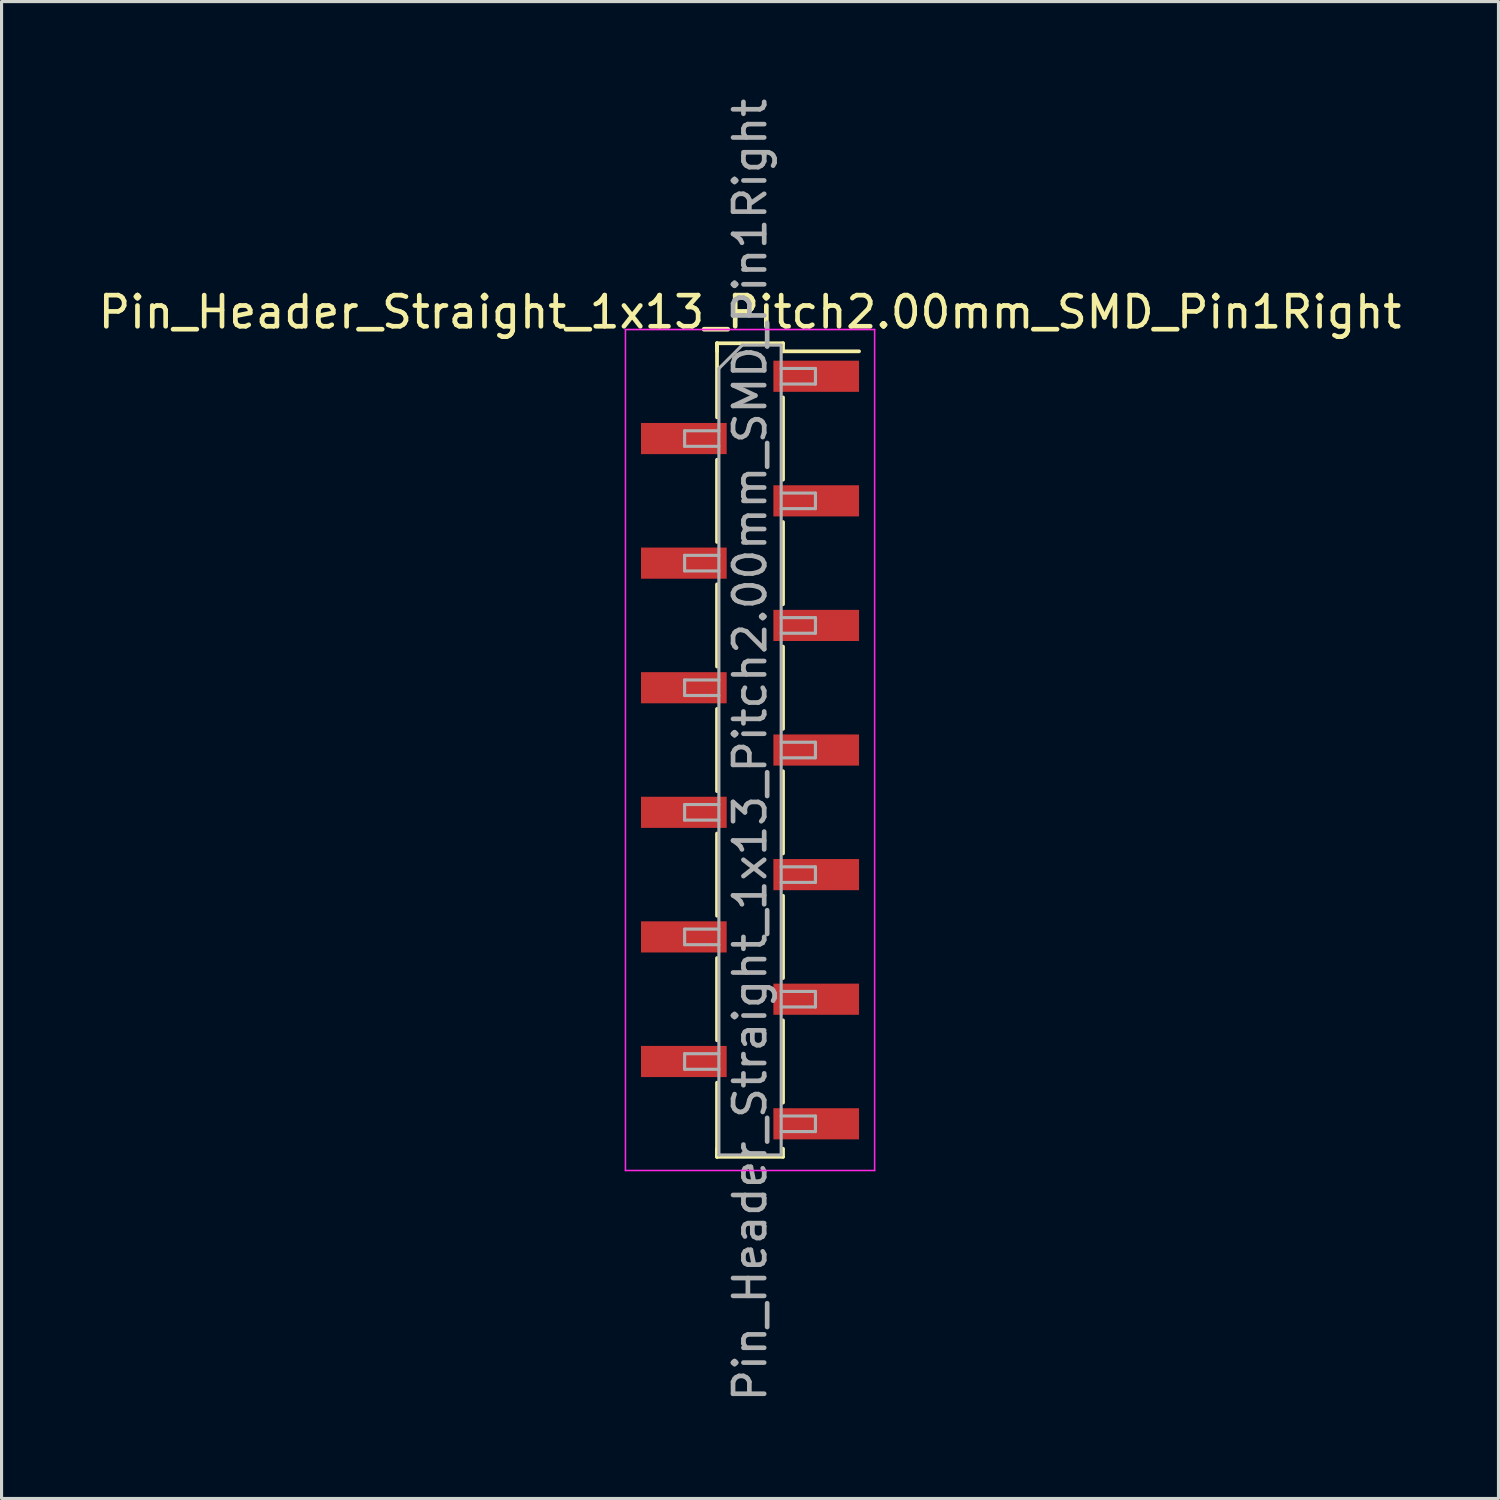
<source format=kicad_pcb>
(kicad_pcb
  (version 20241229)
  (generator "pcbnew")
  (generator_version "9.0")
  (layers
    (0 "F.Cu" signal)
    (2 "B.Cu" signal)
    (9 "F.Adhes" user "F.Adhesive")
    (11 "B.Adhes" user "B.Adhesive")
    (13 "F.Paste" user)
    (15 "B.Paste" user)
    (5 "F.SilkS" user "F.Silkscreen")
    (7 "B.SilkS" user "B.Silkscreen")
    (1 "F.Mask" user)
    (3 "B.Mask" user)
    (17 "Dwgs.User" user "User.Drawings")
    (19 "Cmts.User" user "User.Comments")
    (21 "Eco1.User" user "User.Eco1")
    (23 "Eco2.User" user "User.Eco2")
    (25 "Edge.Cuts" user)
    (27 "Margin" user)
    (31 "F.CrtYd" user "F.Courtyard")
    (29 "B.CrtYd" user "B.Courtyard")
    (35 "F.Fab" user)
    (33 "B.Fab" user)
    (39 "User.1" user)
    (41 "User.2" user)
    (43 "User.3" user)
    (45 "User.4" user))
  (footprint "Pin_Header_Straight_1x13_Pitch2.00mm_SMD_Pin1Right"
    (layer "F.Cu")
    (at 21.03 21.03)
    (property "Reference" "Pin_Header_Straight_1x13_Pitch2.00mm_SMD_Pin1Right" (at 0 -14.06 0) (layer "F.SilkS") (effects (font (size 1 1) (thickness 0.15))))
    (attr smd)
    (fp_line (start -1.06 -13.06) (end -1.06 -10.68) (stroke (width 0.12) (type solid)) (layer "F.SilkS"))
    (fp_line (start -1.06 -13.06) (end 1.06 -13.06) (stroke (width 0.12) (type solid)) (layer "F.SilkS"))
    (fp_line (start -1.06 -12.8) (end -1.06 -13.06) (stroke (width 0.12) (type solid)) (layer "F.SilkS"))
    (fp_line (start -1.06 -9.32) (end -1.06 -6.68) (stroke (width 0.12) (type solid)) (layer "F.SilkS"))
    (fp_line (start -1.06 -5.32) (end -1.06 -2.68) (stroke (width 0.12) (type solid)) (layer "F.SilkS"))
    (fp_line (start -1.06 -1.32) (end -1.06 1.32) (stroke (width 0.12) (type solid)) (layer "F.SilkS"))
    (fp_line (start -1.06 2.68) (end -1.06 5.32) (stroke (width 0.12) (type solid)) (layer "F.SilkS"))
    (fp_line (start -1.06 6.68) (end -1.06 9.32) (stroke (width 0.12) (type solid)) (layer "F.SilkS"))
    (fp_line (start -1.06 10.68) (end -1.06 13.06) (stroke (width 0.12) (type solid)) (layer "F.SilkS"))
    (fp_line (start -1.06 12.8) (end -1.06 13.06) (stroke (width 0.12) (type solid)) (layer "F.SilkS"))
    (fp_line (start -1.06 13.06) (end 1.06 13.06) (stroke (width 0.12) (type solid)) (layer "F.SilkS"))
    (fp_line (start 1.06 -13.06) (end 1.06 -12.8) (stroke (width 0.12) (type solid)) (layer "F.SilkS"))
    (fp_line (start 1.06 -12.8) (end 3.5 -12.8) (stroke (width 0.12) (type solid)) (layer "F.SilkS"))
    (fp_line (start 1.06 -11.32) (end 1.06 -8.68) (stroke (width 0.12) (type solid)) (layer "F.SilkS"))
    (fp_line (start 1.06 -7.32) (end 1.06 -4.68) (stroke (width 0.12) (type solid)) (layer "F.SilkS"))
    (fp_line (start 1.06 -3.32) (end 1.06 -0.68) (stroke (width 0.12) (type solid)) (layer "F.SilkS"))
    (fp_line (start 1.06 0.68) (end 1.06 3.32) (stroke (width 0.12) (type solid)) (layer "F.SilkS"))
    (fp_line (start 1.06 4.68) (end 1.06 7.32) (stroke (width 0.12) (type solid)) (layer "F.SilkS"))
    (fp_line (start 1.06 8.68) (end 1.06 11.32) (stroke (width 0.12) (type solid)) (layer "F.SilkS"))
    (fp_line (start 1.06 13.06) (end 1.06 12.8) (stroke (width 0.12) (type solid)) (layer "F.SilkS"))
    (fp_line (start -4 -13.5) (end -4 13.5) (stroke (width 0.05) (type solid)) (layer "F.CrtYd"))
    (fp_line (start -4 13.5) (end 4 13.5) (stroke (width 0.05) (type solid)) (layer "F.CrtYd"))
    (fp_line (start 4 -13.5) (end -4 -13.5) (stroke (width 0.05) (type solid)) (layer "F.CrtYd"))
    (fp_line (start 4 13.5) (end 4 -13.5) (stroke (width 0.05) (type solid)) (layer "F.CrtYd"))
    (fp_line (start -2.1 -10.25) (end -2.1 -9.75) (stroke (width 0.1) (type solid)) (layer "F.Fab"))
    (fp_line (start -2.1 -9.75) (end -1 -9.75) (stroke (width 0.1) (type solid)) (layer "F.Fab"))
    (fp_line (start -2.1 -6.25) (end -2.1 -5.75) (stroke (width 0.1) (type solid)) (layer "F.Fab"))
    (fp_line (start -2.1 -5.75) (end -1 -5.75) (stroke (width 0.1) (type solid)) (layer "F.Fab"))
    (fp_line (start -2.1 -2.25) (end -2.1 -1.75) (stroke (width 0.1) (type solid)) (layer "F.Fab"))
    (fp_line (start -2.1 -1.75) (end -1 -1.75) (stroke (width 0.1) (type solid)) (layer "F.Fab"))
    (fp_line (start -2.1 1.75) (end -2.1 2.25) (stroke (width 0.1) (type solid)) (layer "F.Fab"))
    (fp_line (start -2.1 2.25) (end -1 2.25) (stroke (width 0.1) (type solid)) (layer "F.Fab"))
    (fp_line (start -2.1 5.75) (end -2.1 6.25) (stroke (width 0.1) (type solid)) (layer "F.Fab"))
    (fp_line (start -2.1 6.25) (end -1 6.25) (stroke (width 0.1) (type solid)) (layer "F.Fab"))
    (fp_line (start -2.1 9.75) (end -2.1 10.25) (stroke (width 0.1) (type solid)) (layer "F.Fab"))
    (fp_line (start -2.1 10.25) (end -1 10.25) (stroke (width 0.1) (type solid)) (layer "F.Fab"))
    (fp_line (start -1 -12.25) (end -0.25 -13) (stroke (width 0.1) (type solid)) (layer "F.Fab"))
    (fp_line (start -1 -10.25) (end -2.1 -10.25) (stroke (width 0.1) (type solid)) (layer "F.Fab"))
    (fp_line (start -1 -6.25) (end -2.1 -6.25) (stroke (width 0.1) (type solid)) (layer "F.Fab"))
    (fp_line (start -1 -2.25) (end -2.1 -2.25) (stroke (width 0.1) (type solid)) (layer "F.Fab"))
    (fp_line (start -1 1.75) (end -2.1 1.75) (stroke (width 0.1) (type solid)) (layer "F.Fab"))
    (fp_line (start -1 5.75) (end -2.1 5.75) (stroke (width 0.1) (type solid)) (layer "F.Fab"))
    (fp_line (start -1 9.75) (end -2.1 9.75) (stroke (width 0.1) (type solid)) (layer "F.Fab"))
    (fp_line (start -1 13) (end -1 -12.25) (stroke (width 0.1) (type solid)) (layer "F.Fab"))
    (fp_line (start -0.25 -13) (end 1 -13) (stroke (width 0.1) (type solid)) (layer "F.Fab"))
    (fp_line (start 1 -13) (end 1 13) (stroke (width 0.1) (type solid)) (layer "F.Fab"))
    (fp_line (start 1 -12.25) (end 2.1 -12.25) (stroke (width 0.1) (type solid)) (layer "F.Fab"))
    (fp_line (start 1 -8.25) (end 2.1 -8.25) (stroke (width 0.1) (type solid)) (layer "F.Fab"))
    (fp_line (start 1 -4.25) (end 2.1 -4.25) (stroke (width 0.1) (type solid)) (layer "F.Fab"))
    (fp_line (start 1 -0.25) (end 2.1 -0.25) (stroke (width 0.1) (type solid)) (layer "F.Fab"))
    (fp_line (start 1 3.75) (end 2.1 3.75) (stroke (width 0.1) (type solid)) (layer "F.Fab"))
    (fp_line (start 1 7.75) (end 2.1 7.75) (stroke (width 0.1) (type solid)) (layer "F.Fab"))
    (fp_line (start 1 11.75) (end 2.1 11.75) (stroke (width 0.1) (type solid)) (layer "F.Fab"))
    (fp_line (start 1 13) (end -1 13) (stroke (width 0.1) (type solid)) (layer "F.Fab"))
    (fp_line (start 2.1 -12.25) (end 2.1 -11.75) (stroke (width 0.1) (type solid)) (layer "F.Fab"))
    (fp_line (start 2.1 -11.75) (end 1 -11.75) (stroke (width 0.1) (type solid)) (layer "F.Fab"))
    (fp_line (start 2.1 -8.25) (end 2.1 -7.75) (stroke (width 0.1) (type solid)) (layer "F.Fab"))
    (fp_line (start 2.1 -7.75) (end 1 -7.75) (stroke (width 0.1) (type solid)) (layer "F.Fab"))
    (fp_line (start 2.1 -4.25) (end 2.1 -3.75) (stroke (width 0.1) (type solid)) (layer "F.Fab"))
    (fp_line (start 2.1 -3.75) (end 1 -3.75) (stroke (width 0.1) (type solid)) (layer "F.Fab"))
    (fp_line (start 2.1 -0.25) (end 2.1 0.25) (stroke (width 0.1) (type solid)) (layer "F.Fab"))
    (fp_line (start 2.1 0.25) (end 1 0.25) (stroke (width 0.1) (type solid)) (layer "F.Fab"))
    (fp_line (start 2.1 3.75) (end 2.1 4.25) (stroke (width 0.1) (type solid)) (layer "F.Fab"))
    (fp_line (start 2.1 4.25) (end 1 4.25) (stroke (width 0.1) (type solid)) (layer "F.Fab"))
    (fp_line (start 2.1 7.75) (end 2.1 8.25) (stroke (width 0.1) (type solid)) (layer "F.Fab"))
    (fp_line (start 2.1 8.25) (end 1 8.25) (stroke (width 0.1) (type solid)) (layer "F.Fab"))
    (fp_line (start 2.1 11.75) (end 2.1 12.25) (stroke (width 0.1) (type solid)) (layer "F.Fab"))
    (fp_line (start 2.1 12.25) (end 1 12.25) (stroke (width 0.1) (type solid)) (layer "F.Fab"))
    (fp_text user "${REFERENCE}" (at 0 0 90) (layer "F.Fab") (effects (font (size 1 1) (thickness 0.15))))
    (pad "1" smd rect (at 2.125 -12) (size 2.75 1) (layers "F.Cu" "F.Mask" "F.Paste"))
    (pad "2" smd rect (at -2.125 -10) (size 2.75 1) (layers "F.Cu" "F.Mask" "F.Paste"))
    (pad "3" smd rect (at 2.125 -8) (size 2.75 1) (layers "F.Cu" "F.Mask" "F.Paste"))
    (pad "4" smd rect (at -2.125 -6) (size 2.75 1) (layers "F.Cu" "F.Mask" "F.Paste"))
    (pad "5" smd rect (at 2.125 -4) (size 2.75 1) (layers "F.Cu" "F.Mask" "F.Paste"))
    (pad "6" smd rect (at -2.125 -2) (size 2.75 1) (layers "F.Cu" "F.Mask" "F.Paste"))
    (pad "7" smd rect (at 2.125 0) (size 2.75 1) (layers "F.Cu" "F.Mask" "F.Paste"))
    (pad "8" smd rect (at -2.125 2) (size 2.75 1) (layers "F.Cu" "F.Mask" "F.Paste"))
    (pad "9" smd rect (at 2.125 4) (size 2.75 1) (layers "F.Cu" "F.Mask" "F.Paste"))
    (pad "10" smd rect (at -2.125 6) (size 2.75 1) (layers "F.Cu" "F.Mask" "F.Paste"))
    (pad "11" smd rect (at 2.125 8) (size 2.75 1) (layers "F.Cu" "F.Mask" "F.Paste"))
    (pad "12" smd rect (at -2.125 10) (size 2.75 1) (layers "F.Cu" "F.Mask" "F.Paste"))
    (pad "13" smd rect (at 2.125 12) (size 2.75 1) (layers "F.Cu" "F.Mask" "F.Paste")))
  (gr_rect
    (start -3 -3)
    (end 45.06 45.06)
    (stroke (width 0.1) (type default))
    (fill no)
    (layer "Edge.Cuts")))
</source>
